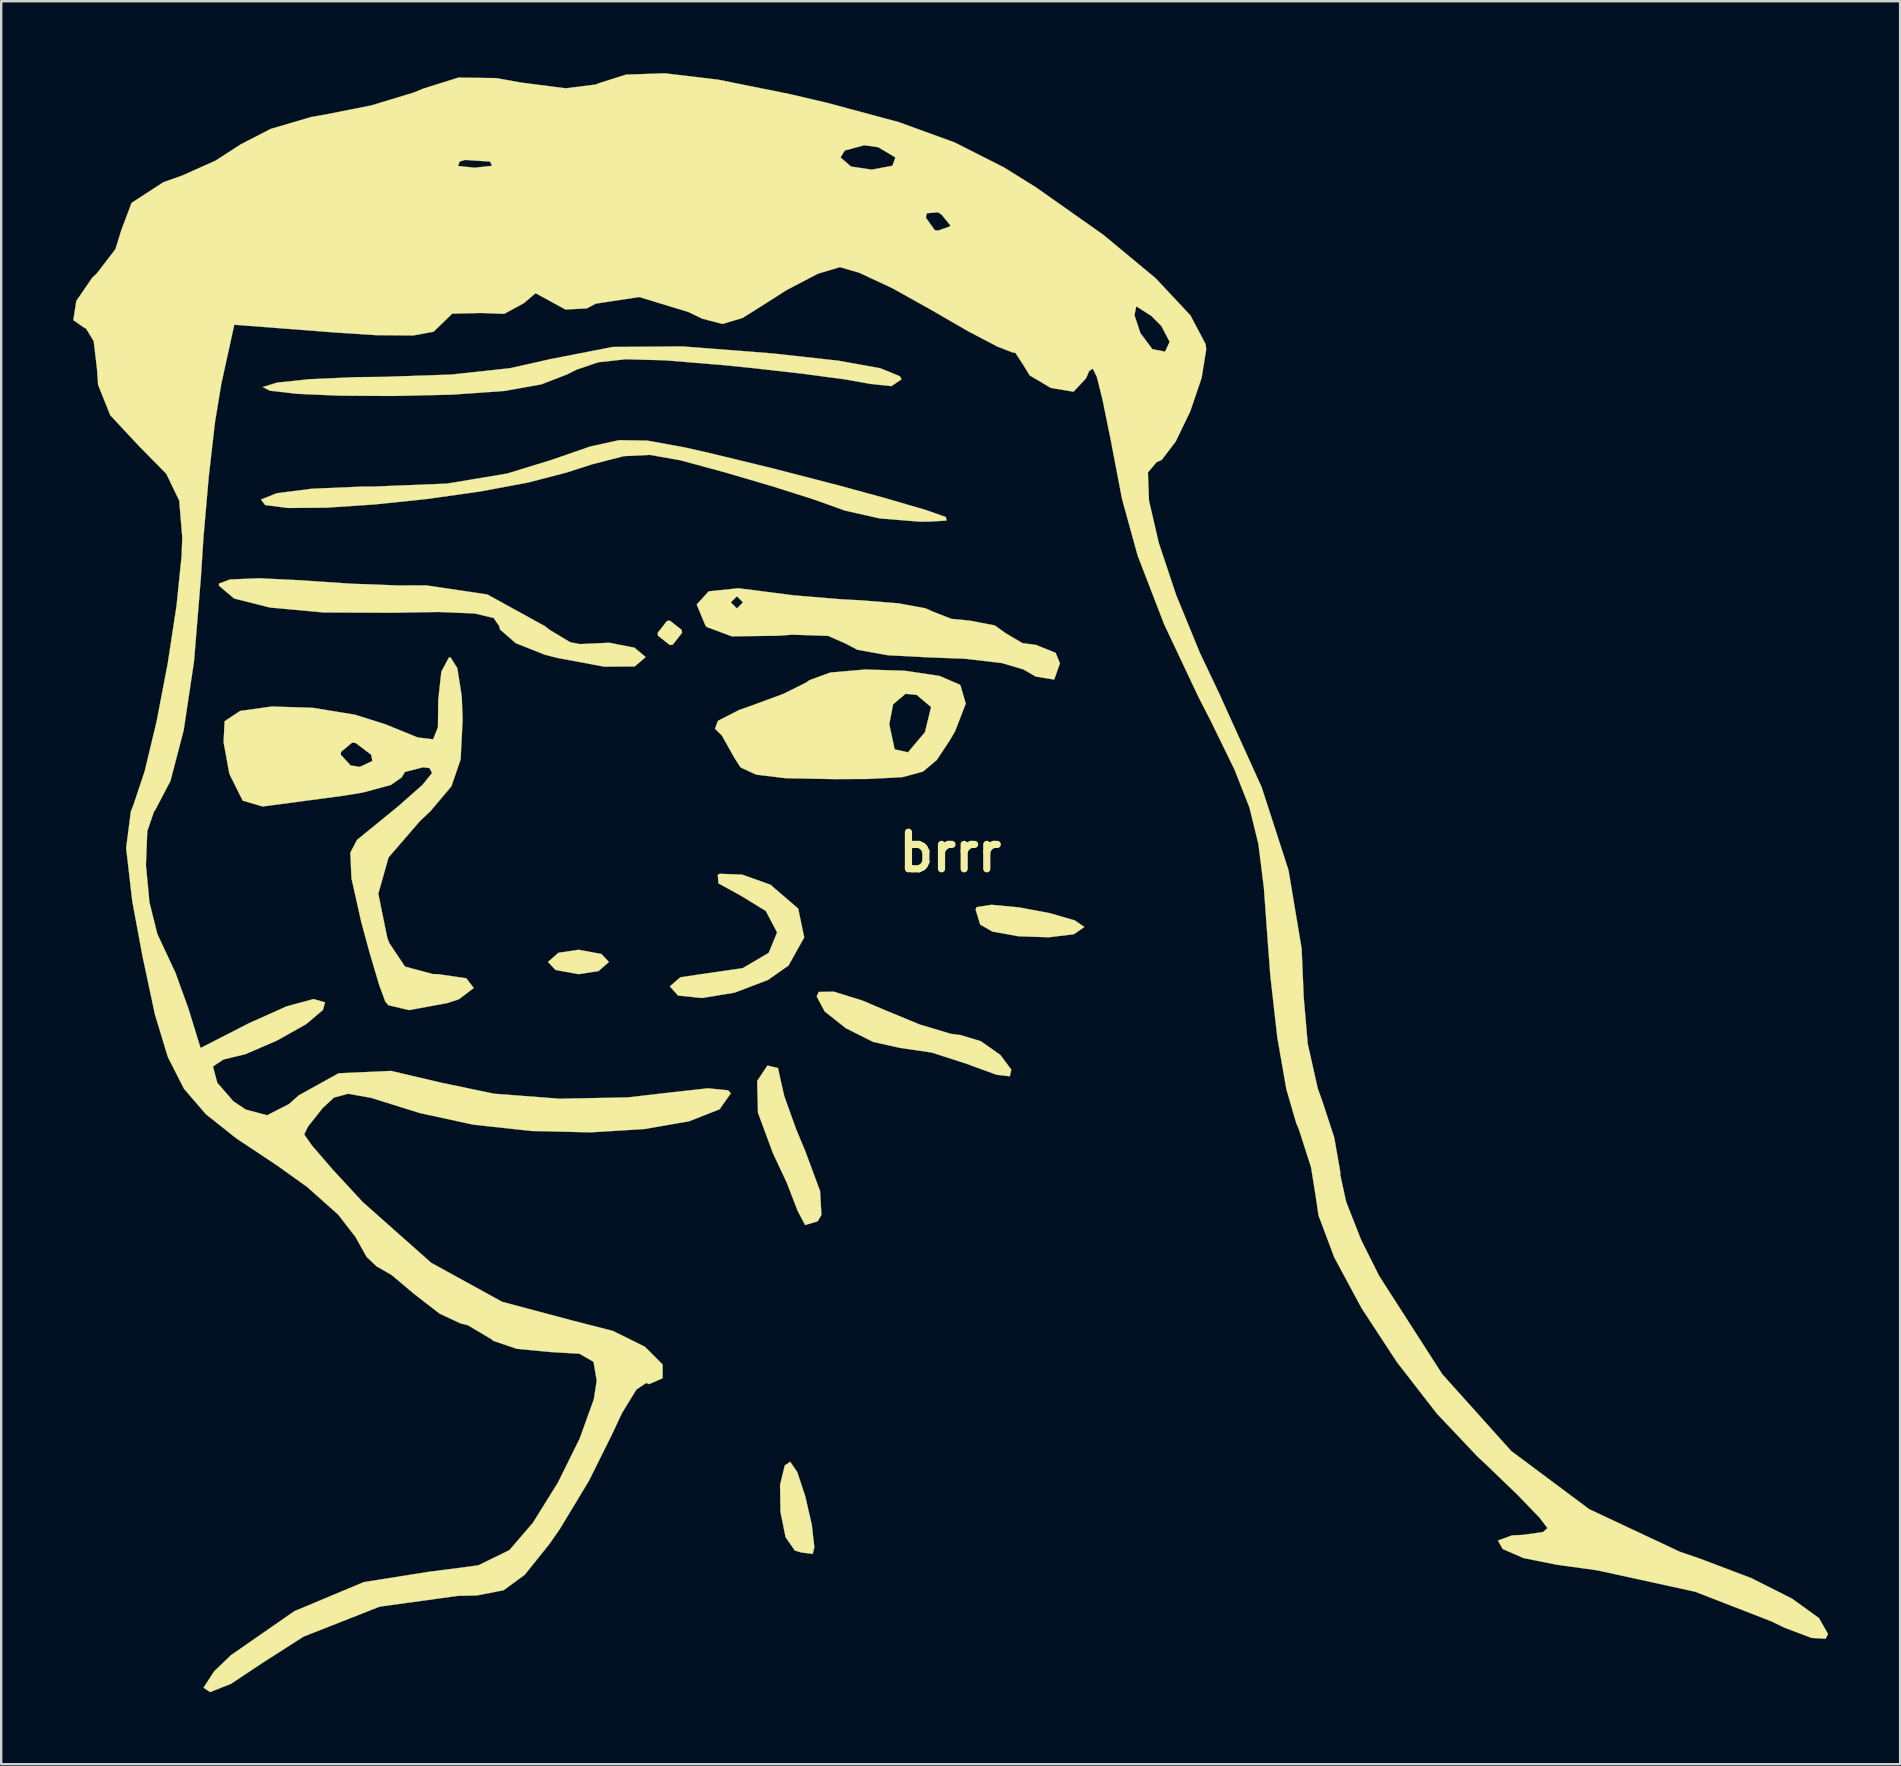
<source format=kicad_pcb>
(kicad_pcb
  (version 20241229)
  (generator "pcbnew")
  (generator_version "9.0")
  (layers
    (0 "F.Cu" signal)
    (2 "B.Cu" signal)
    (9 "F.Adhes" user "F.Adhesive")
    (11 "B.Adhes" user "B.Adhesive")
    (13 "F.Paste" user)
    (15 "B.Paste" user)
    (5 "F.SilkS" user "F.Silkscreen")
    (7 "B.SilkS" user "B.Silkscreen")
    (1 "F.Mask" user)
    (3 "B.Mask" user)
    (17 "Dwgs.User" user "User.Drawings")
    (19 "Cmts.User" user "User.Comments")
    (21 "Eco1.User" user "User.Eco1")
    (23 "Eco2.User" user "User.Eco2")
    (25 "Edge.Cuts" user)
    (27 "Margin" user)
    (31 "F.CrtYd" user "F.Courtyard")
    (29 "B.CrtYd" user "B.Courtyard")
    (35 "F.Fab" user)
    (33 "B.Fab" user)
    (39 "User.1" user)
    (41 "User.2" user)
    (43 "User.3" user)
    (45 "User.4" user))
  (footprint "brrr"
    (layer "F.Cu")
    (at 36.55 32.467)
    (property "Reference" "brrr" (at 0 0 0) (layer "F.SilkS") (effects (font (size 1.524 1.524) (thickness 0.3))))
    (attr through_hole)
    (fp_poly (pts (xy -14.539 4.238) (xy -14.224 4.572) (xy -14.659 4.954) (xy -15.494 5.08) (xy -16.449 4.906) (xy -16.764 4.572) (xy -16.329 4.19) (xy -15.494 4.064) (xy -14.539 4.238)) (stroke (width 0.01) (type solid)) (fill yes) (layer "F.SilkS"))
    (fp_poly (pts (xy -11.191 -9.265) (xy -11.176 -9.144) (xy -11.563 -8.651) (xy -11.684 -8.636) (xy -12.177 -9.023) (xy -12.192 -9.144) (xy -11.805 -9.637) (xy -11.684 -9.652) (xy -11.191 -9.265)) (stroke (width 0.01) (type solid)) (fill yes) (layer "F.SilkS"))
    (fp_poly (pts (xy -6.373 25.833) (xy -6.038 26.853) (xy -5.767 28.039) (xy -5.663 28.971) (xy -5.731 29.241) (xy -6.228 29.178) (xy -6.477 29.098) (xy -6.862 28.545) (xy -7.074 27.494) (xy -7.092 26.359) (xy -6.894 25.553) (xy -6.67 25.4) (xy -6.373 25.833)) (stroke (width 0.01) (type solid)) (fill yes) (layer "F.SilkS"))
    (fp_poly (pts (xy 2.87 2.298) (xy 4.158 2.54) (xy 5.194 2.841) (xy 5.588 3.115) (xy 5.153 3.416) (xy 4.11 3.543) (xy 2.847 3.502) (xy 1.755 3.305) (xy 1.249 3.014) (xy 1.057 2.386) (xy 1.102 2.285) (xy 1.72 2.189) (xy 2.87 2.298)) (stroke (width 0.01) (type solid)) (fill yes) (layer "F.SilkS"))
    (fp_poly (pts (xy -7.175 8.993) (xy -7.112 9.303) (xy -6.916 10.165) (xy -6.417 11.556) (xy -6.048 12.435) (xy -5.424 14.119) (xy -5.368 15.116) (xy -5.524 15.379) (xy -6.046 15.536) (xy -6.359 14.944) (xy -6.807 13.782) (xy -7.392 12.532) (xy -8.013 10.853) (xy -8.046 9.533) (xy -7.62 8.89) (xy -7.175 8.993)) (stroke (width 0.01) (type solid)) (fill yes) (layer "F.SilkS"))
    (fp_poly (pts (xy -8.668 0.933) (xy -7.493 1.353) (xy -6.335 2.349) (xy -6.085 3.55) (xy -6.738 4.718) (xy -7.595 5.321) (xy -8.987 5.851) (xy -10.342 6.074) (xy -11.344 5.972) (xy -11.684 5.588) (xy -11.248 5.21) (xy -10.381 5.08) (xy -8.65 4.83) (xy -7.566 4.193) (xy -7.215 3.341) (xy -7.685 2.448) (xy -8.708 1.82) (xy -9.66 1.296) (xy -9.686 0.938) (xy -9.597 0.898) (xy -8.668 0.933)) (stroke (width 0.01) (type solid)) (fill yes) (layer "F.SilkS"))
    (fp_poly (pts (xy -3.652 6.182) (xy -2.819 6.539) (xy -1.277 7.176) (xy 0.021 7.565) (xy 0.44 7.62) (xy 1.277 7.875) (xy 2.091 8.449) (xy 2.544 9.058) (xy 2.485 9.338) (xy 1.935 9.273) (xy 0.866 8.886) (xy 0.762 8.841) (xy -0.769 8.348) (xy -2.103 8.151) (xy -3.212 7.904) (xy -4.352 7.332) (xy -5.233 6.633) (xy -5.566 6.007) (xy -5.481 5.821) (xy -4.854 5.809) (xy -3.652 6.182)) (stroke (width 0.01) (type solid)) (fill yes) (layer "F.SilkS"))
    (fp_poly (pts (xy -27.103 -11.336) (xy -27.051 -11.332) (xy -24.973 -11.192) (xy -23.031 -11.119) (xy -21.844 -11.123) (xy -19.289 -10.742) (xy -16.878 -9.414) (xy -16.701 -9.272) (xy -15.838 -8.752) (xy -15.431 -8.675) (xy -14.209 -8.731) (xy -13.161 -8.526) (xy -12.7 -8.141) (xy -12.7 -8.128) (xy -13.15 -7.743) (xy -14.417 -7.734) (xy -16.375 -8.099) (xy -16.891 -8.231) (xy -18.108 -8.714) (xy -18.761 -9.283) (xy -18.796 -9.423) (xy -19.024 -9.761) (xy -19.815 -9.951) (xy -21.327 -10.013) (xy -23.241 -9.981) (xy -26.109 -9.993) (xy -28.35 -10.198) (xy -29.844 -10.574) (xy -30.469 -11.102) (xy -30.48 -11.194) (xy -30.018 -11.368) (xy -28.806 -11.419) (xy -27.103 -11.336)) (stroke (width 0.01) (type solid)) (fill yes) (layer "F.SilkS"))
    (fp_poly (pts (xy -7.422 -20.79) (xy -4.681 -20.488) (xy -2.913 -20.171) (xy -2.097 -19.837) (xy -2.032 -19.707) (xy -2.451 -19.425) (xy -3.324 -19.518) (xy -4.388 -19.707) (xy -6.163 -19.944) (xy -8.346 -20.19) (xy -9.504 -20.305) (xy -11.89 -20.502) (xy -13.527 -20.545) (xy -14.672 -20.419) (xy -15.583 -20.108) (xy -15.959 -19.918) (xy -17.043 -19.498) (xy -18.583 -19.224) (xy -20.774 -19.069) (xy -23.22 -19.015) (xy -25.456 -19.028) (xy -27.231 -19.106) (xy -28.355 -19.235) (xy -28.651 -19.386) (xy -28.06 -19.571) (xy -26.692 -19.715) (xy -24.785 -19.799) (xy -23.61 -19.812) (xy -20.79 -19.908) (xy -18.341 -20.174) (xy -16.637 -20.557) (xy -14.066 -21.059) (xy -11.158 -21.08) (xy -7.422 -20.79)) (stroke (width 0.01) (type solid)) (fill yes) (layer "F.SilkS"))
    (fp_poly (pts (xy -1.895 -7.564) (xy -0.45 -7.349) (xy 0.402 -6.983) (xy 0.425 -6.958) (xy 0.648 -6.196) (xy 0.202 -5.042) (xy -0.013 -4.672) (xy -0.56 -3.847) (xy -1.133 -3.362) (xy -2.001 -3.129) (xy -3.436 -3.054) (xy -4.834 -3.048) (xy -6.857 -3.086) (xy -8.085 -3.233) (xy -8.736 -3.533) (xy -8.996 -3.937) (xy -9.516 -4.864) (xy -9.803 -5.148) (xy -9.734 -5.334) (xy -2.54 -5.334) (xy -2.316 -4.289) (xy -1.763 -4.163) (xy -1.062 -4.995) (xy -1.052 -5.013) (xy -0.798 -6.052) (xy -1.401 -6.559) (xy -1.863 -6.604) (xy -2.381 -6.166) (xy -2.54 -5.334) (xy -9.734 -5.334) (xy -9.681 -5.477) (xy -8.808 -5.924) (xy -8.316 -6.098) (xy -6.946 -6.604) (xy -5.994 -7.078) (xy -5.867 -7.173) (xy -4.995 -7.49) (xy -3.541 -7.616) (xy -1.895 -7.564)) (stroke (width 0.01) (type solid)) (fill yes) (layer "F.SilkS"))
    (fp_poly (pts (xy -12.617 -17.154) (xy -11.056 -16.869) (xy -9.967 -16.622) (xy -7.449 -16.011) (xy -4.67 -15.294) (xy -2.794 -14.781) (xy -1.039 -14.271) (xy -0.184 -13.97) (xy -0.149 -13.824) (xy -0.85 -13.779) (xy -1.27 -13.777) (xy -2.945 -13.913) (xy -4.406 -14.243) (xy -4.572 -14.306) (xy -5.7 -14.708) (xy -7.432 -15.257) (xy -9.38 -15.829) (xy -11.239 -16.334) (xy -12.516 -16.56) (xy -13.605 -16.507) (xy -14.899 -16.175) (xy -15.984 -15.827) (xy -17.589 -15.408) (xy -19.598 -15.034) (xy -21.808 -14.722) (xy -24.013 -14.492) (xy -26.008 -14.361) (xy -27.589 -14.347) (xy -28.55 -14.469) (xy -28.723 -14.698) (xy -28.069 -14.962) (xy -26.61 -15.149) (xy -24.555 -15.237) (xy -24.025 -15.24) (xy -20.97 -15.364) (xy -18.465 -15.782) (xy -16.623 -16.348) (xy -15 -16.91) (xy -13.798 -17.174) (xy -12.617 -17.154)) (stroke (width 0.01) (type solid)) (fill yes) (layer "F.SilkS"))
    (fp_poly (pts (xy -8.204 -10.924) (xy -6.547 -10.709) (xy -4.53 -10.541) (xy -3.716 -10.499) (xy -2.149 -10.373) (xy -1.025 -10.165) (xy -0.71 -10.023) (xy 0.048 -9.727) (xy 0.817 -9.652) (xy 1.859 -9.452) (xy 2.286 -9.144) (xy 3.003 -8.717) (xy 3.586 -8.636) (xy 4.393 -8.311) (xy 4.572 -7.874) (xy 4.333 -7.196) (xy 3.563 -7.322) (xy 3.048 -7.62) (xy 2.155 -7.884) (xy 0.615 -8.065) (xy -0.859 -8.12) (xy -2.595 -8.21) (xy -3.868 -8.438) (xy -4.354 -8.694) (xy -5.09 -9.018) (xy -6.592 -9.067) (xy -7.178 -9.023) (xy -9.102 -8.998) (xy -10.144 -9.386) (xy -10.203 -9.45) (xy -10.566 -10.325) (xy -10.485 -10.414) (xy -9.144 -10.414) (xy -8.89 -10.16) (xy -8.636 -10.414) (xy -8.89 -10.668) (xy -9.144 -10.414) (xy -10.485 -10.414) (xy -10.065 -10.873) (xy -8.828 -11.002) (xy -8.204 -10.924)) (stroke (width 0.01) (type solid)) (fill yes) (layer "F.SilkS"))
    (fp_poly (pts (xy -20.541 -7.671) (xy -20.357 -6.498) (xy -20.32 -5.53) (xy -20.404 -3.867) (xy -20.787 -2.749) (xy -21.665 -1.709) (xy -22.098 -1.302) (xy -23.407 0.215) (xy -23.835 1.728) (xy -23.463 3.554) (xy -23.381 3.777) (xy -22.724 4.764) (xy -21.568 5.076) (xy -21.349 5.08) (xy -20.168 5.252) (xy -19.858 5.657) (xy -20.475 6.126) (xy -20.955 6.284) (xy -22.554 6.578) (xy -23.412 6.376) (xy -23.543 6.223) (xy -23.789 5.559) (xy -24.186 4.227) (xy -24.546 2.901) (xy -24.952 1.091) (xy -25.001 0.018) (xy -24.722 -0.515) (xy -23.004 -1.916) (xy -21.994 -2.808) (xy -21.593 -3.303) (xy -21.702 -3.509) (xy -21.971 -3.54) (xy -22.725 -3.347) (xy -22.86 -3.119) (xy -23.314 -2.803) (xy -24.47 -2.491) (xy -25.273 -2.359) (xy -26.929 -2.137) (xy -28.287 -1.956) (xy -28.653 -1.907) (xy -29.485 -2.15) (xy -30.033 -3.249) (xy -30.048 -3.302) (xy -30.187 -4.064) (xy -25.4 -4.064) (xy -24.987 -3.618) (xy -24.608 -3.556) (xy -24.082 -3.802) (xy -24.13 -4.064) (xy -24.779 -4.553) (xy -24.922 -4.572) (xy -25.386 -4.185) (xy -25.4 -4.064) (xy -30.187 -4.064) (xy -30.282 -4.581) (xy -30.24 -5.461) (xy -29.593 -5.889) (xy -28.269 -6.074) (xy -26.573 -6.02) (xy -24.811 -5.734) (xy -23.544 -5.334) (xy -22.198 -4.786) (xy -21.551 -4.706) (xy -21.349 -5.212) (xy -21.336 -6.35) (xy -21.208 -7.525) (xy -20.895 -8.113) (xy -20.828 -8.128) (xy -20.541 -7.671)) (stroke (width 0.01) (type solid)) (fill yes) (layer "F.SilkS"))
    (fp_poly (pts (xy -9.672 -32.197) (xy -6.697 -31.598) (xy -5.116 -31.227) (xy -2.148 -30.428) (xy 0.179 -29.583) (xy 2.234 -28.544) (xy 3.565 -27.715) (xy 6.383 -25.729) (xy 8.559 -23.922) (xy 10.008 -22.376) (xy 10.645 -21.172) (xy 10.668 -20.957) (xy 10.476 -19.766) (xy 10.002 -18.371) (xy 9.397 -17.118) (xy 8.813 -16.351) (xy 8.598 -16.256) (xy 8.238 -15.828) (xy 8.283 -14.655) (xy 8.688 -12.903) (xy 9.408 -10.738) (xy 10.398 -8.324) (xy 11.213 -6.605) (xy 12.978 -2.711) (xy 14.096 0.739) (xy 14.645 4.019) (xy 14.732 6.059) (xy 14.899 7.99) (xy 15.318 9.849) (xy 15.494 10.336) (xy 16.005 11.896) (xy 16.252 13.311) (xy 16.256 13.453) (xy 16.499 14.568) (xy 17.131 16.172) (xy 17.878 17.661) (xy 20.505 21.752) (xy 23.378 24.952) (xy 26.63 27.378) (xy 30.396 29.147) (xy 31.264 29.446) (xy 33.386 30.25) (xy 35.087 31.108) (xy 36.206 31.918) (xy 36.58 32.575) (xy 36.482 32.776) (xy 35.897 32.742) (xy 34.767 32.316) (xy 34.224 32.052) (xy 31.045 30.817) (xy 26.983 29.928) (xy 25.273 29.691) (xy 23.886 29.412) (xy 23.026 29.037) (xy 22.824 28.684) (xy 23.41 28.469) (xy 23.876 28.448) (xy 24.703 28.33) (xy 24.892 28.167) (xy 24.546 27.714) (xy 23.627 26.764) (xy 22.317 25.503) (xy 21.971 25.181) (xy 20.275 23.387) (xy 18.617 21.249) (xy 17.145 19.003) (xy 16.006 16.885) (xy 15.346 15.129) (xy 15.24 14.395) (xy 15.037 13.128) (xy 14.538 11.572) (xy 14.419 11.287) (xy 14.008 9.873) (xy 13.633 7.731) (xy 13.34 5.145) (xy 13.249 3.941) (xy 13.071 1.475) (xy 12.843 -0.345) (xy 12.469 -1.867) (xy 11.85 -3.438) (xy 10.891 -5.406) (xy 10.344 -6.473) (xy 8.916 -9.499) (xy 7.812 -12.36) (xy 7.16 -14.722) (xy 7.158 -14.732) (xy 6.678 -17.237) (xy 6.342 -18.883) (xy 6.111 -19.809) (xy 5.942 -20.155) (xy 5.793 -20.059) (xy 5.657 -19.748) (xy 5.138 -19.193) (xy 4.191 -19.351) (xy 3.309 -19.874) (xy 3.048 -20.304) (xy 2.716 -20.811) (xy 2.602 -20.828) (xy 1.968 -21.073) (xy 0.74 -21.716) (xy -0.404 -22.378) (xy 7.678 -22.378) (xy 7.928 -21.632) (xy 8.422 -20.968) (xy 8.953 -20.862) (xy 9.144 -21.274) (xy 8.796 -21.936) (xy 8.382 -22.352) (xy 7.752 -22.753) (xy 7.678 -22.378) (xy -0.404 -22.378) (xy -0.798 -22.606) (xy -2.424 -23.513) (xy -3.801 -24.154) (xy -4.598 -24.384) (xy -5.513 -24.112) (xy -6.826 -23.425) (xy -7.403 -23.056) (xy -8.649 -22.268) (xy -9.488 -22.016) (xy -10.333 -22.236) (xy -10.902 -22.511) (xy -12.96 -23.139) (xy -14.77 -22.864) (xy -15.144 -22.665) (xy -16.032 -22.618) (xy -16.571 -22.911) (xy -17.282 -23.299) (xy -17.765 -22.885) (xy -18.587 -22.438) (xy -19.544 -22.474) (xy -20.755 -22.445) (xy -21.176 -22.036) (xy -21.529 -21.694) (xy -22.376 -21.537) (xy -23.901 -21.548) (xy -25.64 -21.661) (xy -29.837 -21.984) (xy -30.381 -19.501) (xy -30.639 -17.932) (xy -30.897 -15.694) (xy -31.12 -13.13) (xy -31.231 -11.419) (xy -31.516 -7.94) (xy -31.946 -5.083) (xy -32.495 -2.976) (xy -33.138 -1.747) (xy -33.18 -1.703) (xy -33.462 -0.876) (xy -33.519 0.525) (xy -33.372 2.09) (xy -33.042 3.408) (xy -32.898 3.716) (xy -32.294 5.009) (xy -31.755 6.492) (xy -31.242 8.158) (xy -29.23 7.127) (xy -27.646 6.418) (xy -26.534 6.118) (xy -26.054 6.256) (xy -26.142 6.572) (xy -26.841 7.163) (xy -28.064 7.85) (xy -29.37 8.414) (xy -30.288 8.636) (xy -30.726 8.928) (xy -30.544 9.607) (xy -29.877 10.376) (xy -29.356 10.726) (xy -28.466 10.959) (xy -27.564 10.498) (xy -27.142 10.126) (xy -25.485 9.209) (xy -23.307 9.112) (xy -21.191 9.608) (xy -19.01 10.063) (xy -16.28 10.271) (xy -13.442 10.216) (xy -11.557 9.999) (xy -10.098 9.837) (xy -9.256 9.92) (xy -9.144 10.047) (xy -9.612 10.711) (xy -10.881 11.211) (xy -12.746 11.535) (xy -15.005 11.673) (xy -17.452 11.616) (xy -19.885 11.351) (xy -22.1 10.869) (xy -22.514 10.741) (xy -24.135 10.234) (xy -25.093 10.064) (xy -25.681 10.223) (xy -26.149 10.654) (xy -26.76 11.425) (xy -26.924 11.758) (xy -26.6 12.221) (xy -25.75 13.207) (xy -24.552 14.505) (xy -24.483 14.578) (xy -21.629 17.11) (xy -18.674 18.735) (xy -15.761 19.511) (xy -14.058 19.948) (xy -12.726 20.606) (xy -11.987 21.345) (xy -11.985 21.92) (xy -12.555 22.166) (xy -12.671 22.116) (xy -13.079 22.392) (xy -13.682 23.375) (xy -14.098 24.266) (xy -15.064 26.207) (xy -16.274 28.21) (xy -16.705 28.829) (xy -17.735 30.113) (xy -18.612 30.754) (xy -19.72 30.971) (xy -20.513 30.988) (xy -23.776 31.438) (xy -26.947 32.685) (xy -28.631 33.762) (xy -29.978 34.657) (xy -30.847 34.999) (xy -31.118 34.816) (xy -30.675 34.134) (xy -29.972 33.458) (xy -27.332 31.627) (xy -24.44 30.416) (xy -21.642 29.972) (xy -21.604 29.972) (xy -19.668 29.717) (xy -18.371 29.083) (xy -17.388 27.939) (xy -16.349 26.268) (xy -15.442 24.434) (xy -14.854 22.8) (xy -14.732 22.022) (xy -14.865 21.236) (xy -15.454 20.897) (xy -16.662 20.828) (xy -18.063 20.694) (xy -19.037 20.363) (xy -19.136 20.285) (xy -20.102 19.712) (xy -20.409 19.634) (xy -21.274 19.231) (xy -22.338 18.41) (xy -22.349 18.4) (xy -23.275 17.622) (xy -23.872 17.273) (xy -23.89 17.272) (xy -24.32 16.865) (xy -24.785 16.034) (xy -25.507 15.101) (xy -26.801 13.949) (xy -28.042 13.06) (xy -29.761 11.917) (xy -31.022 10.915) (xy -31.933 9.855) (xy -32.604 8.536) (xy -33.144 6.759) (xy -33.663 4.325) (xy -34.088 2.037) (xy -34.343 -0.176) (xy -34.147 -1.7) (xy -34.039 -1.973) (xy -33.571 -3.375) (xy -33.074 -5.451) (xy -32.611 -7.863) (xy -32.243 -10.275) (xy -32.032 -12.347) (xy -32.004 -13.124) (xy -32.132 -14.657) (xy -32.67 -15.772) (xy -33.782 -16.901) (xy -35.005 -18.211) (xy -35.511 -19.475) (xy -35.56 -20.159) (xy -35.694 -21.297) (xy -36.022 -21.837) (xy -36.068 -21.844) (xy -36.545 -22.176) (xy -36.421 -22.973) (xy -35.762 -23.934) (xy -35.56 -24.13) (xy -34.79 -25.132) (xy -34.544 -25.925) (xy -34.348 -26.446) (xy -1.016 -26.446) (xy -0.647 -25.929) (xy -0.508 -25.908) (xy -0.013 -26.081) (xy 0 -26.132) (xy -0.356 -26.566) (xy -0.508 -26.67) (xy -0.976 -26.63) (xy -1.016 -26.446) (xy -34.348 -26.446) (xy -34.116 -27.063) (xy -32.786 -27.926) (xy -32.004 -28.202) (xy -31.117 -28.599) (xy -20.511 -28.599) (xy -19.812 -28.528) (xy -19.091 -28.608) (xy -19.177 -28.784) (xy -20.217 -28.852) (xy -20.447 -28.784) (xy -20.511 -28.599) (xy -31.117 -28.599) (xy -30.617 -28.823) (xy -30.411 -28.956) (xy -4.572 -28.956) (xy -4.136 -28.577) (xy -3.272 -28.448) (xy -2.408 -28.609) (xy -2.286 -28.956) (xy -3.003 -29.383) (xy -3.586 -29.464) (xy -4.395 -29.245) (xy -4.572 -28.956) (xy -30.411 -28.956) (xy -29.555 -29.508) (xy -28.322 -30.144) (xy -26.632 -30.641) (xy -25.999 -30.751) (xy -24.127 -31.124) (xy -22.364 -31.658) (xy -21.946 -31.829) (xy -20.493 -32.284) (xy -18.916 -32.262) (xy -17.903 -32.079) (xy -16.031 -31.837) (xy -14.757 -31.997) (xy -14.659 -32.043) (xy -13.512 -32.407) (xy -11.897 -32.462) (xy -9.672 -32.197)) (stroke (width 0.01) (type solid)) (fill yes) (layer "F.SilkS")))
  (gr_rect
    (start -3 -3)
    (end 76.135 70.471)
    (stroke (width 0.1) (type default))
    (fill no)
    (layer "Edge.Cuts")))
</source>
